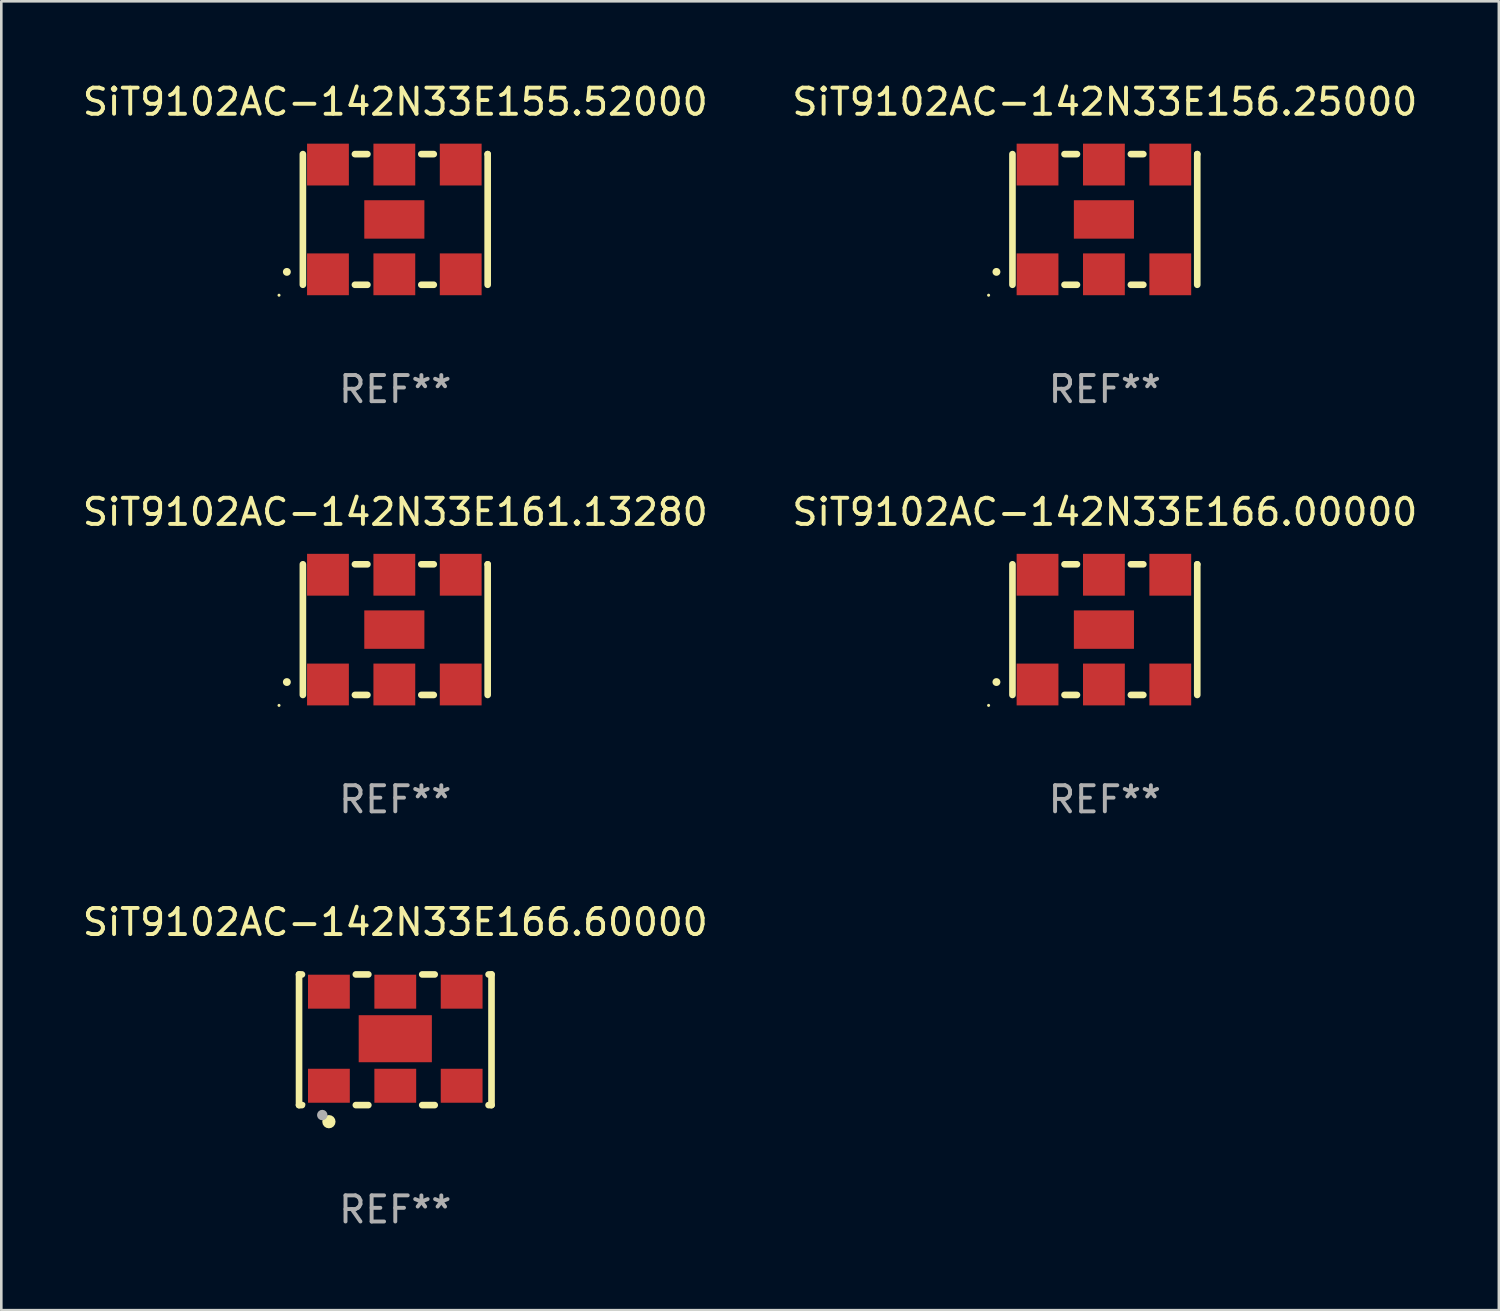
<source format=kicad_pcb>
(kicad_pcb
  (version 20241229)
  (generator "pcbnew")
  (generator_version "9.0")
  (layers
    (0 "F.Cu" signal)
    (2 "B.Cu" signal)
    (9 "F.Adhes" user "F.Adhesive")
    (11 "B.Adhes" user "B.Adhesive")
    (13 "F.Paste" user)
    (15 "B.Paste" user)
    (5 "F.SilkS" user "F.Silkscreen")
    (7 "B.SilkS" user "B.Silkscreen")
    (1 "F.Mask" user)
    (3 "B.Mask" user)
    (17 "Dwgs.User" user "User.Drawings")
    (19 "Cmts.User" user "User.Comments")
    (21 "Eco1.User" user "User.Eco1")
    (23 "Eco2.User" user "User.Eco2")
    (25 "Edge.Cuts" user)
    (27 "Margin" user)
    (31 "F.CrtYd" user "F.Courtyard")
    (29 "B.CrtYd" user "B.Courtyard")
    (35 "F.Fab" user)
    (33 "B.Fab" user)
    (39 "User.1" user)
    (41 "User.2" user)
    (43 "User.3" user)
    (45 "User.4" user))
  (footprint "SiT9102AC-142N33E161.13280"
    (layer "F.Cu")
    (at 12.077 21.045)
    (property "Reference" "SiT9102AC-142N33E161.13280" (at 0 -4.5 0) (layer "F.SilkS") (effects (font (size 1 1) (thickness 0.15))))
    (attr through_hole)
    (fp_line (start -3.536 -2.5) (end -3.536 2.5) (stroke (width 0.254) (type solid)) (layer "F.SilkS"))
    (fp_line (start -1.544 2.5) (end -1.067 2.5) (stroke (width 0.254) (type solid)) (layer "F.SilkS"))
    (fp_line (start -1.067 -2.5) (end -1.544 -2.5) (stroke (width 0.254) (type solid)) (layer "F.SilkS"))
    (fp_line (start 0.996 2.5) (end 1.473 2.5) (stroke (width 0.254) (type solid)) (layer "F.SilkS"))
    (fp_line (start 1.473 -2.5) (end 0.996 -2.5) (stroke (width 0.254) (type solid)) (layer "F.SilkS"))
    (fp_line (start 3.536 -2.5) (end 3.536 -2.5) (stroke (width 0.254) (type solid)) (layer "F.SilkS"))
    (fp_line (start 3.536 2.5) (end 3.536 -2.5) (stroke (width 0.254) (type solid)) (layer "F.SilkS"))
    (fp_arc (start -4.150432 2.006604) (mid -4.149162 2.006599) (end -4.147892 2.006604) (stroke (width 0.3) (type solid)) (layer "F.SilkS"))
    (fp_circle (center -4.449 2.9) (end -4.419 2.9) (stroke (width 0.06) (type solid)) (fill no) (layer "F.SilkS"))
    (fp_text user "REF**" (at 0 6.5 0) (layer "F.Fab") (effects (font (size 1 1) (thickness 0.15))))
    (pad "1" smd rect (at -2.576 2.1) (size 1.6 1.6) (layers "F.Cu" "F.Mask" "F.Paste"))
    (pad "2" smd rect (at -0.036 2.1) (size 1.6 1.6) (layers "F.Cu" "F.Mask" "F.Paste"))
    (pad "3" smd rect (at 2.504 2.1) (size 1.6 1.6) (layers "F.Cu" "F.Mask" "F.Paste"))
    (pad "4" smd rect (at 2.504 -2.1) (size 1.6 1.6) (layers "F.Cu" "F.Mask" "F.Paste"))
    (pad "5" smd rect (at -0.036 -2.1) (size 1.6 1.6) (layers "F.Cu" "F.Mask" "F.Paste"))
    (pad "6" smd rect (at -2.576 -2.1) (size 1.6 1.6) (layers "F.Cu" "F.Mask" "F.Paste"))
    (pad "7" smd rect (at -0.036 0) (size 2.3 1.47) (layers "F.Cu" "F.Mask" "F.Paste")))
  (footprint "SiT9102AC-142N33E166.60000"
    (layer "F.Cu")
    (at 12.077 36.741)
    (property "Reference" "SiT9102AC-142N33E166.60000" (at 0 -4.5 0) (layer "F.SilkS") (effects (font (size 1 1) (thickness 0.15))))
    (attr through_hole)
    (fp_line (start -3.683 -2.5) (end -3.571 -2.5) (stroke (width 0.254) (type solid)) (layer "F.SilkS"))
    (fp_line (start -3.683 2.5) (end -3.683 -2.5) (stroke (width 0.254) (type solid)) (layer "F.SilkS"))
    (fp_line (start -3.683 2.5) (end -3.571 2.5) (stroke (width 0.254) (type solid)) (layer "F.SilkS"))
    (fp_line (start -1.509 -2.5) (end -1.031 -2.5) (stroke (width 0.254) (type solid)) (layer "F.SilkS"))
    (fp_line (start -1.509 2.5) (end -1.031 2.5) (stroke (width 0.254) (type solid)) (layer "F.SilkS"))
    (fp_line (start 1.031 -2.5) (end 1.509 -2.5) (stroke (width 0.254) (type solid)) (layer "F.SilkS"))
    (fp_line (start 1.031 2.5) (end 1.509 2.5) (stroke (width 0.254) (type solid)) (layer "F.SilkS"))
    (fp_line (start 3.571 -2.5) (end 3.683 -2.5) (stroke (width 0.254) (type solid)) (layer "F.SilkS"))
    (fp_line (start 3.571 2.5) (end 3.683 2.5) (stroke (width 0.254) (type solid)) (layer "F.SilkS"))
    (fp_line (start 3.683 2.5) (end 3.683 -2.5) (stroke (width 0.254) (type solid)) (layer "F.SilkS"))
    (fp_circle (center -3.5 2.46) (end -3.47 2.46) (stroke (width 0.06) (type solid)) (fill no) (layer "F.SilkS"))
    (fp_circle (center -2.54 3.135) (end -2.413 3.135) (stroke (width 0.254) (type solid)) (fill no) (layer "F.SilkS"))
    (fp_circle (center -2.794 2.881) (end -2.694 2.881) (stroke (width 0.2) (type solid)) (fill no) (layer "F.Fab"))
    (fp_text user "REF**" (at 0 6.5 0) (layer "F.Fab") (effects (font (size 1 1) (thickness 0.15))))
    (pad "1" smd rect (at -2.54 1.76) (size 1.6 1.3) (layers "F.Cu" "F.Mask" "F.Paste"))
    (pad "2" smd rect (at 0 1.76) (size 1.6 1.3) (layers "F.Cu" "F.Mask" "F.Paste"))
    (pad "3" smd rect (at 2.54 1.76) (size 1.6 1.3) (layers "F.Cu" "F.Mask" "F.Paste"))
    (pad "4" smd rect (at 2.54 -1.84) (size 1.6 1.3) (layers "F.Cu" "F.Mask" "F.Paste"))
    (pad "5" smd rect (at 0 -1.84) (size 1.6 1.3) (layers "F.Cu" "F.Mask" "F.Paste"))
    (pad "6" smd rect (at -2.54 -1.84) (size 1.6 1.3) (layers "F.Cu" "F.Mask" "F.Paste"))
    (pad "7" smd rect (at 0 -0.04) (size 2.8 1.8) (layers "F.Cu" "F.Mask" "F.Paste")))
  (footprint "SiT9102AC-142N33E166.00000"
    (layer "F.Cu")
    (at 39.232 21.045)
    (property "Reference" "SiT9102AC-142N33E166.00000" (at 0 -4.5 0) (layer "F.SilkS") (effects (font (size 1 1) (thickness 0.15))))
    (attr through_hole)
    (fp_line (start -3.536 -2.5) (end -3.536 2.5) (stroke (width 0.254) (type solid)) (layer "F.SilkS"))
    (fp_line (start -1.544 2.5) (end -1.067 2.5) (stroke (width 0.254) (type solid)) (layer "F.SilkS"))
    (fp_line (start -1.067 -2.5) (end -1.544 -2.5) (stroke (width 0.254) (type solid)) (layer "F.SilkS"))
    (fp_line (start 0.996 2.5) (end 1.473 2.5) (stroke (width 0.254) (type solid)) (layer "F.SilkS"))
    (fp_line (start 1.473 -2.5) (end 0.996 -2.5) (stroke (width 0.254) (type solid)) (layer "F.SilkS"))
    (fp_line (start 3.536 -2.5) (end 3.536 -2.5) (stroke (width 0.254) (type solid)) (layer "F.SilkS"))
    (fp_line (start 3.536 2.5) (end 3.536 -2.5) (stroke (width 0.254) (type solid)) (layer "F.SilkS"))
    (fp_arc (start -4.150432 2.006604) (mid -4.149162 2.006599) (end -4.147892 2.006604) (stroke (width 0.3) (type solid)) (layer "F.SilkS"))
    (fp_circle (center -4.449 2.9) (end -4.419 2.9) (stroke (width 0.06) (type solid)) (fill no) (layer "F.SilkS"))
    (fp_text user "REF**" (at 0 6.5 0) (layer "F.Fab") (effects (font (size 1 1) (thickness 0.15))))
    (pad "1" smd rect (at -2.576 2.1) (size 1.6 1.6) (layers "F.Cu" "F.Mask" "F.Paste"))
    (pad "2" smd rect (at -0.036 2.1) (size 1.6 1.6) (layers "F.Cu" "F.Mask" "F.Paste"))
    (pad "3" smd rect (at 2.504 2.1) (size 1.6 1.6) (layers "F.Cu" "F.Mask" "F.Paste"))
    (pad "4" smd rect (at 2.504 -2.1) (size 1.6 1.6) (layers "F.Cu" "F.Mask" "F.Paste"))
    (pad "5" smd rect (at -0.036 -2.1) (size 1.6 1.6) (layers "F.Cu" "F.Mask" "F.Paste"))
    (pad "6" smd rect (at -2.576 -2.1) (size 1.6 1.6) (layers "F.Cu" "F.Mask" "F.Paste"))
    (pad "7" smd rect (at -0.036 0) (size 2.3 1.47) (layers "F.Cu" "F.Mask" "F.Paste")))
  (footprint "SiT9102AC-142N33E156.25000"
    (layer "F.Cu")
    (at 39.232 5.348)
    (property "Reference" "SiT9102AC-142N33E156.25000" (at 0 -4.5 0) (layer "F.SilkS") (effects (font (size 1 1) (thickness 0.15))))
    (attr through_hole)
    (fp_line (start -3.536 -2.5) (end -3.536 2.5) (stroke (width 0.254) (type solid)) (layer "F.SilkS"))
    (fp_line (start -1.544 2.5) (end -1.067 2.5) (stroke (width 0.254) (type solid)) (layer "F.SilkS"))
    (fp_line (start -1.067 -2.5) (end -1.544 -2.5) (stroke (width 0.254) (type solid)) (layer "F.SilkS"))
    (fp_line (start 0.996 2.5) (end 1.473 2.5) (stroke (width 0.254) (type solid)) (layer "F.SilkS"))
    (fp_line (start 1.473 -2.5) (end 0.996 -2.5) (stroke (width 0.254) (type solid)) (layer "F.SilkS"))
    (fp_line (start 3.536 -2.5) (end 3.536 -2.5) (stroke (width 0.254) (type solid)) (layer "F.SilkS"))
    (fp_line (start 3.536 2.5) (end 3.536 -2.5) (stroke (width 0.254) (type solid)) (layer "F.SilkS"))
    (fp_arc (start -4.150432 2.006604) (mid -4.149162 2.006599) (end -4.147892 2.006604) (stroke (width 0.3) (type solid)) (layer "F.SilkS"))
    (fp_circle (center -4.449 2.9) (end -4.419 2.9) (stroke (width 0.06) (type solid)) (fill no) (layer "F.SilkS"))
    (fp_text user "REF**" (at 0 6.5 0) (layer "F.Fab") (effects (font (size 1 1) (thickness 0.15))))
    (pad "1" smd rect (at -2.576 2.1) (size 1.6 1.6) (layers "F.Cu" "F.Mask" "F.Paste"))
    (pad "2" smd rect (at -0.036 2.1) (size 1.6 1.6) (layers "F.Cu" "F.Mask" "F.Paste"))
    (pad "3" smd rect (at 2.504 2.1) (size 1.6 1.6) (layers "F.Cu" "F.Mask" "F.Paste"))
    (pad "4" smd rect (at 2.504 -2.1) (size 1.6 1.6) (layers "F.Cu" "F.Mask" "F.Paste"))
    (pad "5" smd rect (at -0.036 -2.1) (size 1.6 1.6) (layers "F.Cu" "F.Mask" "F.Paste"))
    (pad "6" smd rect (at -2.576 -2.1) (size 1.6 1.6) (layers "F.Cu" "F.Mask" "F.Paste"))
    (pad "7" smd rect (at -0.036 0) (size 2.3 1.47) (layers "F.Cu" "F.Mask" "F.Paste")))
  (footprint "SiT9102AC-142N33E155.52000"
    (layer "F.Cu")
    (at 12.077 5.348)
    (property "Reference" "SiT9102AC-142N33E155.52000" (at 0 -4.5 0) (layer "F.SilkS") (effects (font (size 1 1) (thickness 0.15))))
    (attr through_hole)
    (fp_line (start -3.536 -2.5) (end -3.536 2.5) (stroke (width 0.254) (type solid)) (layer "F.SilkS"))
    (fp_line (start -1.544 2.5) (end -1.067 2.5) (stroke (width 0.254) (type solid)) (layer "F.SilkS"))
    (fp_line (start -1.067 -2.5) (end -1.544 -2.5) (stroke (width 0.254) (type solid)) (layer "F.SilkS"))
    (fp_line (start 0.996 2.5) (end 1.473 2.5) (stroke (width 0.254) (type solid)) (layer "F.SilkS"))
    (fp_line (start 1.473 -2.5) (end 0.996 -2.5) (stroke (width 0.254) (type solid)) (layer "F.SilkS"))
    (fp_line (start 3.536 -2.5) (end 3.536 -2.5) (stroke (width 0.254) (type solid)) (layer "F.SilkS"))
    (fp_line (start 3.536 2.5) (end 3.536 -2.5) (stroke (width 0.254) (type solid)) (layer "F.SilkS"))
    (fp_arc (start -4.150432 2.006604) (mid -4.149162 2.006599) (end -4.147892 2.006604) (stroke (width 0.3) (type solid)) (layer "F.SilkS"))
    (fp_circle (center -4.449 2.9) (end -4.419 2.9) (stroke (width 0.06) (type solid)) (fill no) (layer "F.SilkS"))
    (fp_text user "REF**" (at 0 6.5 0) (layer "F.Fab") (effects (font (size 1 1) (thickness 0.15))))
    (pad "1" smd rect (at -2.576 2.1) (size 1.6 1.6) (layers "F.Cu" "F.Mask" "F.Paste"))
    (pad "2" smd rect (at -0.036 2.1) (size 1.6 1.6) (layers "F.Cu" "F.Mask" "F.Paste"))
    (pad "3" smd rect (at 2.504 2.1) (size 1.6 1.6) (layers "F.Cu" "F.Mask" "F.Paste"))
    (pad "4" smd rect (at 2.504 -2.1) (size 1.6 1.6) (layers "F.Cu" "F.Mask" "F.Paste"))
    (pad "5" smd rect (at -0.036 -2.1) (size 1.6 1.6) (layers "F.Cu" "F.Mask" "F.Paste"))
    (pad "6" smd rect (at -2.576 -2.1) (size 1.6 1.6) (layers "F.Cu" "F.Mask" "F.Paste"))
    (pad "7" smd rect (at -0.036 0) (size 2.3 1.47) (layers "F.Cu" "F.Mask" "F.Paste")))
  (gr_rect
    (start -3 -3)
    (end 54.31 47.09)
    (stroke (width 0.1) (type default))
    (fill no)
    (layer "Edge.Cuts")))
</source>
